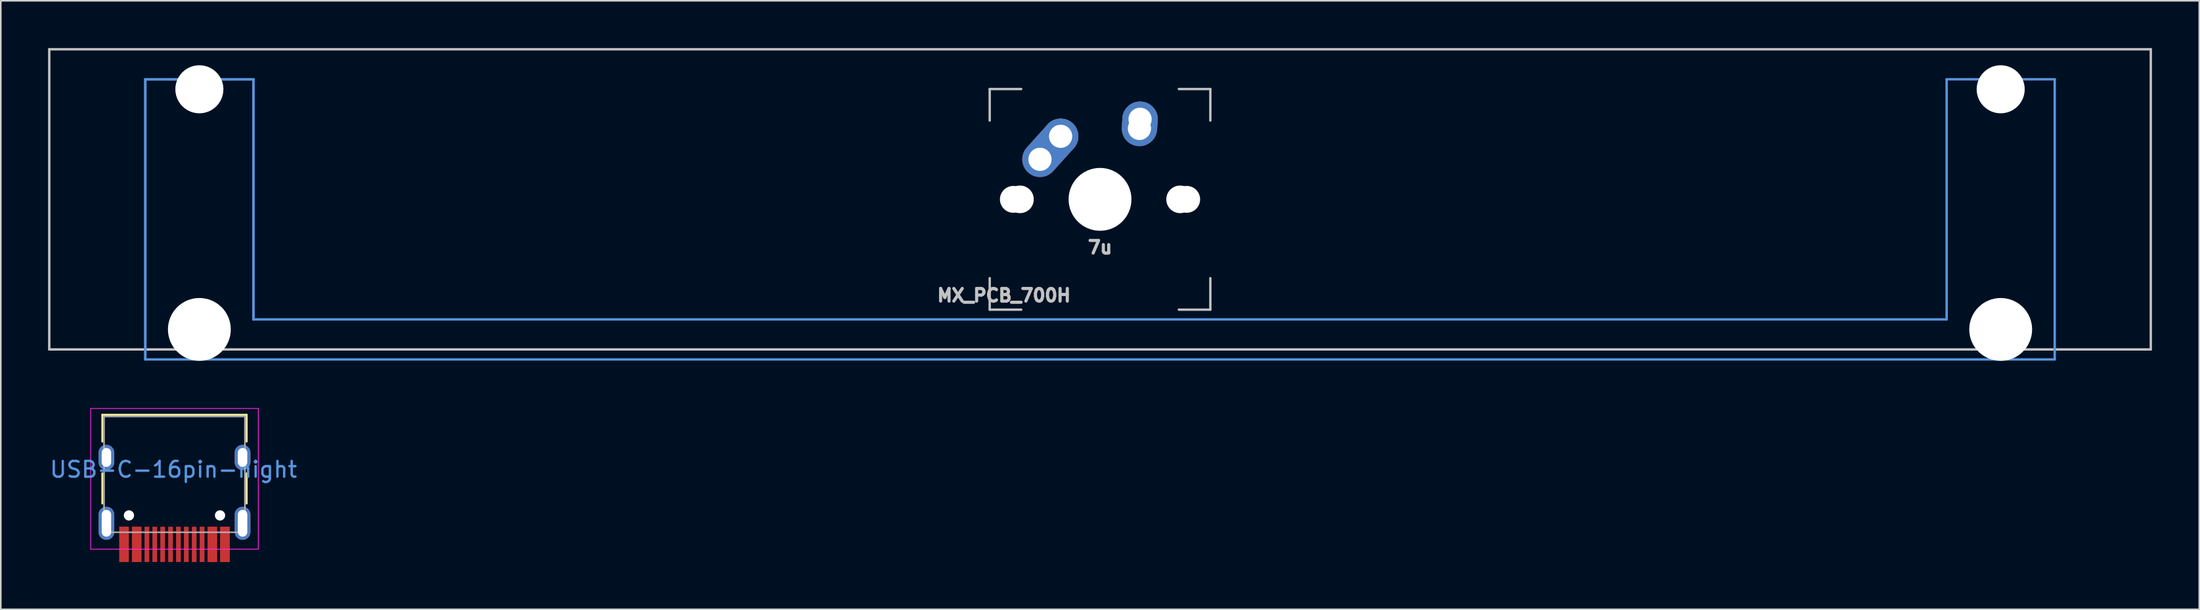
<source format=kicad_pcb>
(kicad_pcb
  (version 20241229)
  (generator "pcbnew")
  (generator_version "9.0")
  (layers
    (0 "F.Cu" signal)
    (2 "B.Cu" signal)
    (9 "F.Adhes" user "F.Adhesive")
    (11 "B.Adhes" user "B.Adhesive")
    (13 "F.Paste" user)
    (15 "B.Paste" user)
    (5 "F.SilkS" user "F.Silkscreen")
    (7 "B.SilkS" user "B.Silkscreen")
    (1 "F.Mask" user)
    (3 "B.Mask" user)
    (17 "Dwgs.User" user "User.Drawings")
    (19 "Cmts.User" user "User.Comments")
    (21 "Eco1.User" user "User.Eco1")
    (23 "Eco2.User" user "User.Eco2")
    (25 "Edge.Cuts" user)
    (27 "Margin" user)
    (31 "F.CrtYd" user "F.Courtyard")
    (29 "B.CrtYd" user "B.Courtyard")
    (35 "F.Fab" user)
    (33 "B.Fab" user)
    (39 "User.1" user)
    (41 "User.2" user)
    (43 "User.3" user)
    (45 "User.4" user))
  (footprint "MX_PCB_700H"
    (layer "F.Cu")
    (at 66.751 9.601)
    (property "Reference" "MX_PCB_700H" (at -6.096 6.096 0) (layer "Dwgs.User") (effects (font (size 0.8 0.8) (thickness 0.2))))
    (fp_line (start -66.675 -9.525) (end 66.675 -9.525) (stroke (width 0.152) (type solid)) (layer "Dwgs.User"))
    (fp_line (start -66.675 9.525) (end -66.675 -9.525) (stroke (width 0.152) (type solid)) (layer "Dwgs.User"))
    (fp_line (start -7 -7) (end -7 -5) (stroke (width 0.15) (type solid)) (layer "Dwgs.User"))
    (fp_line (start -7 5) (end -7 7) (stroke (width 0.15) (type solid)) (layer "Dwgs.User"))
    (fp_line (start -7 7) (end -5 7) (stroke (width 0.15) (type solid)) (layer "Dwgs.User"))
    (fp_line (start -5 -7) (end -7 -7) (stroke (width 0.15) (type solid)) (layer "Dwgs.User"))
    (fp_line (start 5 -7) (end 7 -7) (stroke (width 0.15) (type solid)) (layer "Dwgs.User"))
    (fp_line (start 5 7) (end 7 7) (stroke (width 0.15) (type solid)) (layer "Dwgs.User"))
    (fp_line (start 7 -7) (end 7 -5) (stroke (width 0.15) (type solid)) (layer "Dwgs.User"))
    (fp_line (start 7 7) (end 7 5) (stroke (width 0.15) (type solid)) (layer "Dwgs.User"))
    (fp_line (start 66.675 -9.525) (end 66.675 9.525) (stroke (width 0.15) (type solid)) (layer "Dwgs.User"))
    (fp_line (start 66.675 9.525) (end -66.675 9.525) (stroke (width 0.152) (type solid)) (layer "Dwgs.User"))
    (fp_line (start -60.579 -7.62) (end -60.579 10.16) (stroke (width 0.152) (type solid)) (layer "Cmts.User"))
    (fp_line (start -60.579 -7.62) (end -60.579 10.16) (stroke (width 0.152) (type solid)) (layer "Cmts.User"))
    (fp_line (start -60.579 10.16) (end 60.579 10.16) (stroke (width 0.152) (type solid)) (layer "Cmts.User"))
    (fp_line (start -53.721 -7.62) (end -60.579 -7.62) (stroke (width 0.152) (type solid)) (layer "Cmts.User"))
    (fp_line (start -53.721 -7.62) (end -60.579 -7.62) (stroke (width 0.152) (type solid)) (layer "Cmts.User"))
    (fp_line (start -53.721 7.62) (end -53.721 -7.62) (stroke (width 0.152) (type solid)) (layer "Cmts.User"))
    (fp_line (start -53.721 7.62) (end -53.721 -7.62) (stroke (width 0.152) (type solid)) (layer "Cmts.User"))
    (fp_line (start 53.721 -7.62) (end 53.721 7.62) (stroke (width 0.152) (type solid)) (layer "Cmts.User"))
    (fp_line (start 53.721 7.62) (end -53.721 7.62) (stroke (width 0.152) (type solid)) (layer "Cmts.User"))
    (fp_line (start 60.579 -7.62) (end 53.721 -7.62) (stroke (width 0.152) (type solid)) (layer "Cmts.User"))
    (fp_line (start 60.579 10.16) (end 60.579 -7.62) (stroke (width 0.152) (type solid)) (layer "Cmts.User"))
    (fp_line (start -61.341 -2.286) (end -60.477 -2.286) (stroke (width 0.152) (type solid)) (layer "Eco2.User"))
    (fp_line (start -61.341 0.508) (end -61.341 -2.286) (stroke (width 0.152) (type solid)) (layer "Eco2.User"))
    (fp_line (start -60.477 -5.69) (end -53.823 -5.69) (stroke (width 0.152) (type solid)) (layer "Eco2.User"))
    (fp_line (start -60.477 -5.69) (end -53.823 -5.69) (stroke (width 0.152) (type solid)) (layer "Eco2.User"))
    (fp_line (start -60.477 -2.286) (end -60.477 -5.69) (stroke (width 0.152) (type solid)) (layer "Eco2.User"))
    (fp_line (start -60.477 -2.286) (end -60.477 -5.69) (stroke (width 0.152) (type solid)) (layer "Eco2.User"))
    (fp_line (start -60.477 0.508) (end -61.341 0.508) (stroke (width 0.152) (type solid)) (layer "Eco2.User"))
    (fp_line (start -60.477 6.604) (end -60.477 0.508) (stroke (width 0.152) (type solid)) (layer "Eco2.User"))
    (fp_line (start -60.477 6.604) (end -60.477 0.508) (stroke (width 0.152) (type solid)) (layer "Eco2.User"))
    (fp_line (start -59.436 6.604) (end -60.477 6.604) (stroke (width 0.152) (type solid)) (layer "Eco2.User"))
    (fp_line (start -59.436 6.604) (end -60.477 6.604) (stroke (width 0.152) (type solid)) (layer "Eco2.User"))
    (fp_line (start -59.436 7.772) (end -59.436 6.604) (stroke (width 0.152) (type solid)) (layer "Eco2.User"))
    (fp_line (start -59.436 7.772) (end -59.436 6.604) (stroke (width 0.152) (type solid)) (layer "Eco2.User"))
    (fp_line (start -54.864 6.604) (end -54.864 7.772) (stroke (width 0.152) (type solid)) (layer "Eco2.User"))
    (fp_line (start -54.864 6.604) (end -54.864 7.772) (stroke (width 0.152) (type solid)) (layer "Eco2.User"))
    (fp_line (start -54.864 7.772) (end -59.436 7.772) (stroke (width 0.152) (type solid)) (layer "Eco2.User"))
    (fp_line (start -54.864 7.772) (end -59.436 7.772) (stroke (width 0.152) (type solid)) (layer "Eco2.User"))
    (fp_line (start -53.823 -5.69) (end -53.823 -2.286) (stroke (width 0.152) (type solid)) (layer "Eco2.User"))
    (fp_line (start -53.823 -5.69) (end -53.823 -2.286) (stroke (width 0.152) (type solid)) (layer "Eco2.User"))
    (fp_line (start -53.823 -2.286) (end -6.985 -2.286) (stroke (width 0.152) (type solid)) (layer "Eco2.User"))
    (fp_line (start -53.823 2.286) (end -53.823 6.604) (stroke (width 0.152) (type solid)) (layer "Eco2.User"))
    (fp_line (start -53.823 2.286) (end -53.823 6.604) (stroke (width 0.152) (type solid)) (layer "Eco2.User"))
    (fp_line (start -53.823 6.604) (end -54.864 6.604) (stroke (width 0.152) (type solid)) (layer "Eco2.User"))
    (fp_line (start -53.823 6.604) (end -54.864 6.604) (stroke (width 0.152) (type solid)) (layer "Eco2.User"))
    (fp_line (start -6.985 -6.985) (end 6.985 -6.985) (stroke (width 0.152) (type solid)) (layer "Eco2.User"))
    (fp_line (start -6.985 -2.286) (end -6.985 -6.985) (stroke (width 0.152) (type solid)) (layer "Eco2.User"))
    (fp_line (start -6.985 2.286) (end -53.823 2.286) (stroke (width 0.152) (type solid)) (layer "Eco2.User"))
    (fp_line (start -6.985 6.985) (end -6.985 2.286) (stroke (width 0.152) (type solid)) (layer "Eco2.User"))
    (fp_line (start 6.985 -6.985) (end 6.985 -2.286) (stroke (width 0.152) (type solid)) (layer "Eco2.User"))
    (fp_line (start 6.985 -2.286) (end 53.823 -2.286) (stroke (width 0.152) (type solid)) (layer "Eco2.User"))
    (fp_line (start 6.985 2.286) (end 6.985 6.985) (stroke (width 0.152) (type solid)) (layer "Eco2.User"))
    (fp_line (start 6.985 6.985) (end -6.985 6.985) (stroke (width 0.152) (type solid)) (layer "Eco2.User"))
    (fp_line (start 53.823 -5.69) (end 60.477 -5.69) (stroke (width 0.152) (type solid)) (layer "Eco2.User"))
    (fp_line (start 53.823 -2.286) (end 53.823 -5.69) (stroke (width 0.152) (type solid)) (layer "Eco2.User"))
    (fp_line (start 53.823 2.286) (end 6.985 2.286) (stroke (width 0.152) (type solid)) (layer "Eco2.User"))
    (fp_line (start 53.823 6.604) (end 53.823 2.286) (stroke (width 0.152) (type solid)) (layer "Eco2.User"))
    (fp_line (start 54.864 6.604) (end 53.823 6.604) (stroke (width 0.152) (type solid)) (layer "Eco2.User"))
    (fp_line (start 54.864 7.772) (end 54.864 6.604) (stroke (width 0.152) (type solid)) (layer "Eco2.User"))
    (fp_line (start 59.436 6.604) (end 59.436 7.772) (stroke (width 0.152) (type solid)) (layer "Eco2.User"))
    (fp_line (start 59.436 7.772) (end 54.864 7.772) (stroke (width 0.152) (type solid)) (layer "Eco2.User"))
    (fp_line (start 60.477 -5.69) (end 60.477 -2.286) (stroke (width 0.152) (type solid)) (layer "Eco2.User"))
    (fp_line (start 60.477 -2.286) (end 61.341 -2.286) (stroke (width 0.152) (type solid)) (layer "Eco2.User"))
    (fp_line (start 60.477 0.508) (end 60.477 6.604) (stroke (width 0.152) (type solid)) (layer "Eco2.User"))
    (fp_line (start 60.477 6.604) (end 59.436 6.604) (stroke (width 0.152) (type solid)) (layer "Eco2.User"))
    (fp_line (start 61.341 -2.286) (end 61.341 0.508) (stroke (width 0.152) (type solid)) (layer "Eco2.User"))
    (fp_line (start 61.341 0.508) (end 60.477 0.508) (stroke (width 0.152) (type solid)) (layer "Eco2.User"))
    (fp_text user "7u" (at 0 3.048 0) (layer "Dwgs.User") (effects (font (size 0.8 0.8) (thickness 0.2))))
    (pad "" np_thru_hole circle (at -57.15 -6.985) (size 3.048 3.048) (drill 3.048) (layers "*.Cu" "*.Mask"))
    (pad "" np_thru_hole circle (at -57.15 8.255) (size 3.988 3.988) (drill 3.988) (layers "*.Cu" "*.Mask"))
    (pad "" np_thru_hole circle (at -5.5 0) (size 1.702 1.702) (drill 1.702) (layers "*.Cu" "*.Mask"))
    (pad "" np_thru_hole circle (at -5.08 0 48.1) (size 1.75 1.75) (drill 1.75) (layers "*.Cu" "*.Mask"))
    (pad "" np_thru_hole circle (at 0 0) (size 3.988 3.988) (drill 3.988) (layers "*.Cu" "*.Mask"))
    (pad "" np_thru_hole circle (at 5.08 0 48.1) (size 1.75 1.75) (drill 1.75) (layers "*.Cu" "*.Mask"))
    (pad "" np_thru_hole circle (at 5.5 0) (size 1.702 1.702) (drill 1.702) (layers "*.Cu" "*.Mask"))
    (pad "" np_thru_hole circle (at 57.15 -6.985) (size 3.048 3.048) (drill 3.048) (layers "*.Cu" "*.Mask"))
    (pad "" np_thru_hole circle (at 57.15 8.255) (size 3.988 3.988) (drill 3.988) (layers "*.Cu" "*.Mask"))
    (pad "1" thru_hole oval (at -3.81 -2.54 48) (size 4.212 2.25) (drill 1.47 (offset 0.981 0)) (layers "*.Cu" "*.Mask"))
    (pad "1" thru_hole circle (at -2.5 -4) (size 2.25 2.25) (drill 1.47) (layers "*.Cu" "*.Mask"))
    (pad "2" thru_hole oval (at 2.5 -4.5 86) (size 2.831 2.25) (drill 1.47 (offset 0.291 0)) (layers "*.Cu" "*.Mask"))
    (pad "2" thru_hole circle (at 2.54 -5.08) (size 2.25 2.25) (drill 1.47) (layers "*.Cu" "*.Mask")))
  (footprint "USB-C-16pin-hight"
    (layer "F.Cu")
    (at 8.022 27.055)
    (property "Reference" "USB-C-16pin-hight" (at -0.064 -0.309 180) (layer "Cmts.User") (effects (font (size 1 1) (thickness 0.15))))
    (attr smd)
    (fp_line (start -4.58 -3.785) (end 4.58 -3.785) (stroke (width 0.12) (type solid)) (layer "F.SilkS"))
    (fp_line (start -4.58 -2.08) (end -4.58 -3.785) (stroke (width 0.12) (type solid)) (layer "F.SilkS"))
    (fp_line (start -4.58 -0.07) (end -4.58 1.85) (stroke (width 0.12) (type solid)) (layer "F.SilkS"))
    (fp_line (start 4.58 -3.785) (end 4.58 -2.08) (stroke (width 0.12) (type solid)) (layer "F.SilkS"))
    (fp_line (start 4.58 1.85) (end 4.58 -0.07) (stroke (width 0.12) (type solid)) (layer "F.SilkS"))
    (fp_line (start -5.32 -4.18) (end 5.32 -4.18) (stroke (width 0.05) (type solid)) (layer "F.CrtYd"))
    (fp_line (start -5.32 4.75) (end -5.32 -4.18) (stroke (width 0.05) (type solid)) (layer "F.CrtYd"))
    (fp_line (start 5.32 -4.18) (end 5.32 4.75) (stroke (width 0.05) (type solid)) (layer "F.CrtYd"))
    (fp_line (start 5.32 4.75) (end -5.32 4.75) (stroke (width 0.05) (type solid)) (layer "F.CrtYd"))
    (fp_line (start -4.47 -3.675) (end -4.47 3.675) (stroke (width 0.1) (type solid)) (layer "F.Fab"))
    (fp_line (start 4.47 -3.675) (end -4.47 -3.675) (stroke (width 0.1) (type solid)) (layer "F.Fab"))
    (fp_line (start 4.47 3.675) (end -4.47 3.675) (stroke (width 0.1) (type solid)) (layer "F.Fab"))
    (fp_line (start 4.47 3.675) (end 4.47 -3.675) (stroke (width 0.1) (type solid)) (layer "F.Fab"))
    (pad "" np_thru_hole circle (at -2.89 2.605 180) (size 0.65 0.65) (drill 0.65) (layers "*.Cu" "*.Mask"))
    (pad "" np_thru_hole circle (at 2.89 2.605 180) (size 0.65 0.65) (drill 0.65) (layers "*.Cu" "*.Mask"))
    (pad "A1" smd rect (at 3.2 4.445 180) (size 0.6 2.236) (layers "F.Cu" "F.Mask" "F.Paste"))
    (pad "A4" smd rect (at 2.4 4.445 180) (size 0.6 2.236) (layers "F.Cu" "F.Mask" "F.Paste"))
    (pad "A5" smd rect (at 1.25 4.443 180) (size 0.3 2.239) (layers "F.Cu" "F.Mask" "F.Paste"))
    (pad "A6" smd rect (at 0.25 4.443 180) (size 0.3 2.239) (layers "F.Cu" "F.Mask" "F.Paste"))
    (pad "A7" smd rect (at -0.25 4.443 180) (size 0.3 2.239) (layers "F.Cu" "F.Mask" "F.Paste"))
    (pad "A8" smd rect (at -1.25 4.443 180) (size 0.3 2.239) (layers "F.Cu" "F.Mask" "F.Paste"))
    (pad "A9" smd rect (at -2.4 4.445 180) (size 0.6 2.236) (layers "F.Cu" "F.Mask" "F.Paste"))
    (pad "A12" smd rect (at -3.2 4.445 180) (size 0.6 2.236) (layers "F.Cu" "F.Mask" "F.Paste"))
    (pad "B1" smd rect (at -3.2 4.445 180) (size 0.6 2.236) (layers "F.Cu" "F.Mask" "F.Paste"))
    (pad "B4" smd rect (at -2.4 4.445 180) (size 0.6 2.236) (layers "F.Cu" "F.Mask" "F.Paste"))
    (pad "B5" smd rect (at -1.75 4.443 180) (size 0.3 2.239) (layers "F.Cu" "F.Mask" "F.Paste"))
    (pad "B6" smd rect (at -0.75 4.443 180) (size 0.3 2.239) (layers "F.Cu" "F.Mask" "F.Paste"))
    (pad "B7" smd rect (at 0.75 4.443 180) (size 0.3 2.239) (layers "F.Cu" "F.Mask" "F.Paste"))
    (pad "B8" smd rect (at 1.752 4.443 180) (size 0.305 2.239) (layers "F.Cu" "F.Mask" "F.Paste"))
    (pad "B9" smd rect (at 2.4 4.445 180) (size 0.6 2.236) (layers "F.Cu" "F.Mask" "F.Paste"))
    (pad "B12" smd rect (at 3.2 4.445 180) (size 0.6 2.236) (layers "F.Cu" "F.Mask" "F.Paste"))
    (pad "S1" thru_hole oval (at -4.32 -1.075 180) (size 1 1.6) (drill oval 0.6 1.2) (layers "*.Cu" "*.Mask"))
    (pad "S1" thru_hole oval (at -4.32 3.105 180) (size 1 2.1) (drill oval 0.6 1.7) (layers "*.Cu" "*.Mask"))
    (pad "S1" thru_hole oval (at 4.32 -1.075 180) (size 1 1.6) (drill oval 0.6 1.2) (layers "*.Cu" "*.Mask"))
    (pad "S1" thru_hole oval (at 4.32 3.105 180) (size 1 2.1) (drill oval 0.6 1.7) (layers "*.Cu" "*.Mask")))
  (gr_rect
    (start -3 -3)
    (end 136.502 35.618)
    (stroke (width 0.1) (type default))
    (fill no)
    (layer "Edge.Cuts")))
</source>
